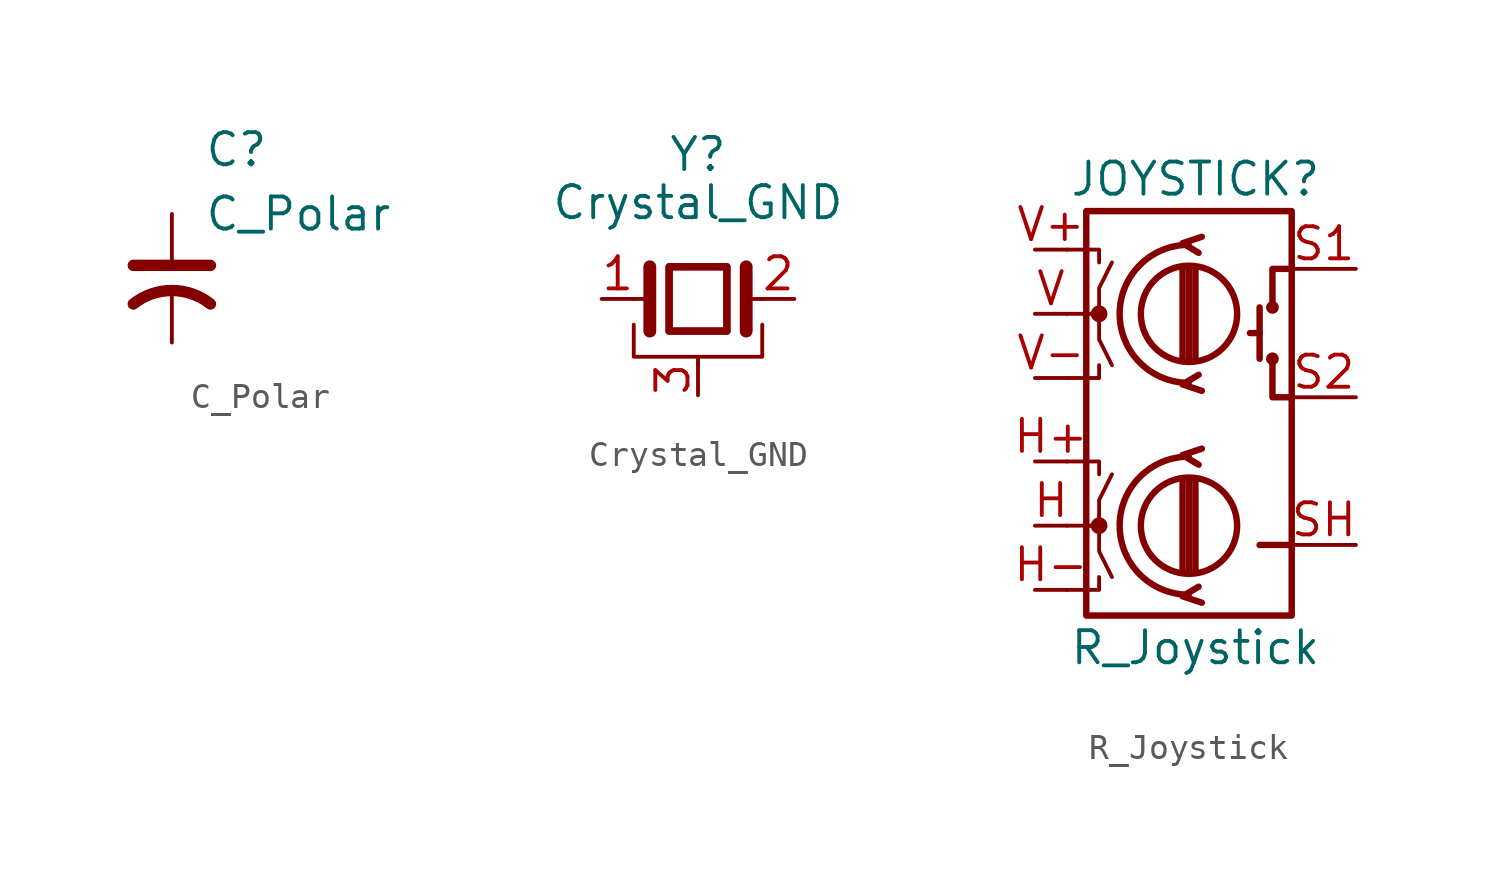
<source format=kicad_sym>
(kicad_symbol_lib
  (version 20220914)
  (generator kicad_symbol_editor)
  (symbol "C_Polar"
    (pin_numbers hide)
    (pin_names
      (offset 0.254) hide)
    (property "Reference" "C"
      (at 1.27 5.08 0)
      (effects (font (size 1.27 1.27)) (justify left)))
    (property "Value" "C_Polar"
      (at 1.27 2.54 0)
      (effects (font (size 1.27 1.27)) (justify left)))
    (symbol "C_Polar_1_1"
      (polyline (pts (xy -1.524 0.508) (xy 1.524 0.508)) (stroke (width 0.45) (type default)) (fill (type none)))
      (arc (start 1.524 -1.016) (mid 0 -0.4837) (end -1.524 -1.016) (stroke (width 0.45) (type default)) (fill (type none)))
      (pin passive line (at 0 2.54 270) (length 2.032) (name "~" (effects (font (size 1.27 1.27)))) (number "1" (effects (font (size 1.27 1.27)))))
      (pin passive line (at 0 -2.54 90) (length 2.032) (name "~" (effects (font (size 1.27 1.27)))) (number "2" (effects (font (size 1.27 1.27)))))))
  (symbol "Crystal_GND"
    (pin_names
      (offset 1.016) hide)
    (property "Reference" "Y"
      (at 0 5.715 0)
      (effects (font (size 1.27 1.27))))
    (property "Value" "Crystal_GND"
      (at 0 3.81 0)
      (effects (font (size 1.27 1.27))))
    (symbol "Crystal_GND_0_1"
      (rectangle (start -1.143 1.27) (end 1.143 -1.27) (stroke (width 0.305) (type default)) (fill (type none)))
      (polyline (pts (xy -2.54 0) (xy -1.905 0)) (stroke (width 0) (type default)) (fill (type none)))
      (polyline (pts (xy -1.905 -1.27) (xy -1.905 1.27)) (stroke (width 0.508) (type default)) (fill (type none)))
      (polyline (pts (xy 0 -2.54) (xy 0 -2.286)) (stroke (width 0) (type default)) (fill (type none)))
      (polyline (pts (xy 1.905 0) (xy 2.54 0)) (stroke (width 0) (type default)) (fill (type none)))
      (polyline (pts (xy 1.905 1.27) (xy 1.905 -1.27)) (stroke (width 0.508) (type default)) (fill (type none)))
      (polyline (pts (xy -2.54 -1.016) (xy -2.54 -2.286) (xy 2.54 -2.286) (xy 2.54 -1.016)) (stroke (width 0) (type default)) (fill (type none))))
    (symbol "Crystal_GND_1_1"
      (pin passive line (at -3.81 0 0) (length 1.27) (name "1" (effects (font (size 1.27 1.27)))) (number "1" (effects (font (size 1.27 1.27)))))
      (pin passive line (at 3.81 0 180) (length 1.27) (name "2" (effects (font (size 1.27 1.27)))) (number "2" (effects (font (size 1.27 1.27)))))
      (pin passive line (at 0 -3.81 90) (length 1.27) (name "3" (effects (font (size 1.27 1.27)))) (number "3" (effects (font (size 1.27 1.27)))))))
  (symbol "R_Joystick"
    (pin_names
      (offset 0.254) hide)
    (property "Reference" "JOYSTICK"
      (at 0.254 9.398 0)
      (effects (font (size 1.27 1.27))))
    (property "Value" "R_Joystick"
      (at 0.254 -9.144 0)
      (effects (font (size 1.27 1.27))))
    (symbol "R_Joystick_0_1"
      (circle (center -3.556 -4.318) (radius 0.254) (stroke (width 0) (type default)) (fill (type outline)))
      (circle (center -3.556 4.064) (radius 0.254) (stroke (width 0) (type default)) (fill (type outline)))
      (arc (start -0.0127 -1.5875) (mid -2.7305 -4.318) (end -0.0127 -7.0485) (stroke (width 0.254) (type default)) (fill (type none)))
      (arc (start -0.0127 6.7945) (mid -2.7305 4.064) (end -0.0127 1.3335) (stroke (width 0.254) (type default)) (fill (type none)))
      (circle (center 0 -4.318) (radius 1.905) (stroke (width 0.254) (type default)) (fill (type none)))
      (polyline (pts (xy -0.254 -6.096) (xy -0.254 -2.54)) (stroke (width 0.254) (type default)) (fill (type none)))
      (polyline (pts (xy -0.254 2.286) (xy -0.254 5.842)) (stroke (width 0.254) (type default)) (fill (type none)))
      (polyline (pts (xy 0 -6.096) (xy 0 -2.54)) (stroke (width 0.254) (type default)) (fill (type none)))
      (polyline (pts (xy 0 2.286) (xy 0 5.842)) (stroke (width 0.254) (type default)) (fill (type none)))
      (polyline (pts (xy 0.254 -2.54) (xy 0.254 -6.096)) (stroke (width 0.254) (type default)) (fill (type none)))
      (polyline (pts (xy 0.254 5.842) (xy 0.254 2.286)) (stroke (width 0.254) (type default)) (fill (type none)))
      (polyline (pts (xy 2.794 3.302) (xy 2.413 3.302)) (stroke (width 0.254) (type default)) (fill (type none)))
      (polyline (pts (xy 2.794 4.318) (xy 2.794 2.286)) (stroke (width 0.254) (type default)) (fill (type none)))
      (polyline (pts (xy -4.826 -6.858) (xy -3.556 -6.858) (xy -3.556 -6.35)) (stroke (width 0) (type default)) (fill (type none)))
      (polyline (pts (xy -4.826 -1.778) (xy -3.556 -1.778) (xy -3.556 -2.286)) (stroke (width 0) (type default)) (fill (type none)))
      (polyline (pts (xy -4.826 1.524) (xy -3.556 1.524) (xy -3.556 2.032)) (stroke (width 0) (type default)) (fill (type none)))
      (polyline (pts (xy -4.826 6.604) (xy -3.556 6.604) (xy -3.556 6.096)) (stroke (width 0) (type default)) (fill (type none)))
      (polyline (pts (xy 0.508 -7.366) (xy -0.254 -7.112) (xy 0.381 -6.731)) (stroke (width 0.254) (type default)) (fill (type none)))
      (polyline (pts (xy 0.508 -1.27) (xy -0.254 -1.524) (xy 0.381 -1.905)) (stroke (width 0.254) (type default)) (fill (type none)))
      (polyline (pts (xy 0.508 1.016) (xy -0.254 1.27) (xy 0.381 1.651)) (stroke (width 0.254) (type default)) (fill (type none)))
      (polyline (pts (xy 0.508 7.112) (xy -0.254 6.858) (xy 0.381 6.477)) (stroke (width 0.254) (type default)) (fill (type none)))
      (polyline (pts (xy 4.064 -5.08) (xy 3.302 -5.08) (xy 2.794 -5.08)) (stroke (width 0.254) (type default)) (fill (type none)))
      (polyline (pts (xy 4.064 0.762) (xy 3.302 0.762) (xy 3.302 2.286)) (stroke (width 0.254) (type default)) (fill (type none)))
      (polyline (pts (xy 4.064 5.842) (xy 3.302 5.842) (xy 3.302 4.318)) (stroke (width 0.254) (type default)) (fill (type none)))
      (polyline (pts (xy -4.826 -4.318) (xy -3.556 -4.318) (xy -3.556 -5.334) (xy -3.048 -6.35)) (stroke (width 0) (type default)) (fill (type none)))
      (polyline (pts (xy -4.826 4.064) (xy -3.556 4.064) (xy -3.556 3.048) (xy -3.048 2.032)) (stroke (width 0) (type default)) (fill (type none)))
      (polyline (pts (xy -4.064 -4.318) (xy -3.556 -4.318) (xy -3.556 -3.302) (xy -3.048 -2.286)) (stroke (width 0) (type default)) (fill (type none)))
      (polyline (pts (xy -4.064 4.064) (xy -3.556 4.064) (xy -3.556 5.08) (xy -3.048 6.096)) (stroke (width 0) (type default)) (fill (type none)))
      (circle (center 0 4.064) (radius 1.905) (stroke (width 0.254) (type default)) (fill (type none)))
      (circle (center 3.302 2.286) (radius 0.127) (stroke (width 0.254) (type default)) (fill (type none)))
      (circle (center 3.302 4.318) (radius 0.127) (stroke (width 0.254) (type default)) (fill (type none))))
    (symbol "R_Joystick_1_1"
      (rectangle (start -4.064 8.128) (end 4.064 -7.874) (stroke (width 0.254) (type default)) (fill (type none)))
      (pin passive line (at -6.096 -4.318 0) (length 1.27) (name "H" (effects (font (size 1.27 1.27)))) (number "H" (effects (font (size 1.27 1.27)))))
      (pin passive line (at -6.096 -1.778 0) (length 1.27) (name "H+" (effects (font (size 1.27 1.27)))) (number "H+" (effects (font (size 1.27 1.27)))))
      (pin passive line (at -6.096 -6.858 0) (length 1.27) (name "H-" (effects (font (size 1.27 1.27)))) (number "H-" (effects (font (size 1.27 1.27)))))
      (pin passive line (at 6.604 5.842 180) (length 2.54) (name "S1" (effects (font (size 1.27 1.27)))) (number "S1" (effects (font (size 1.27 1.27)))))
      (pin passive line (at 6.604 0.762 180) (length 2.54) (name "S2" (effects (font (size 1.27 1.27)))) (number "S2" (effects (font (size 1.27 1.27)))))
      (pin passive line (at 6.604 -5.08 180) (length 2.54) (name "SH" (effects (font (size 1.27 1.27)))) (number "SH" (effects (font (size 1.27 1.27)))))
      (pin passive line (at -6.096 4.064 0) (length 1.27) (name "V" (effects (font (size 1.27 1.27)))) (number "V" (effects (font (size 1.27 1.27)))))
      (pin passive line (at -6.096 6.604 0) (length 1.27) (name "V+" (effects (font (size 1.27 1.27)))) (number "V+" (effects (font (size 1.27 1.27)))))
      (pin passive line (at -6.096 1.524 0) (length 1.27) (name "V-" (effects (font (size 1.27 1.27)))) (number "V-" (effects (font (size 1.27 1.27))))))))
</source>
